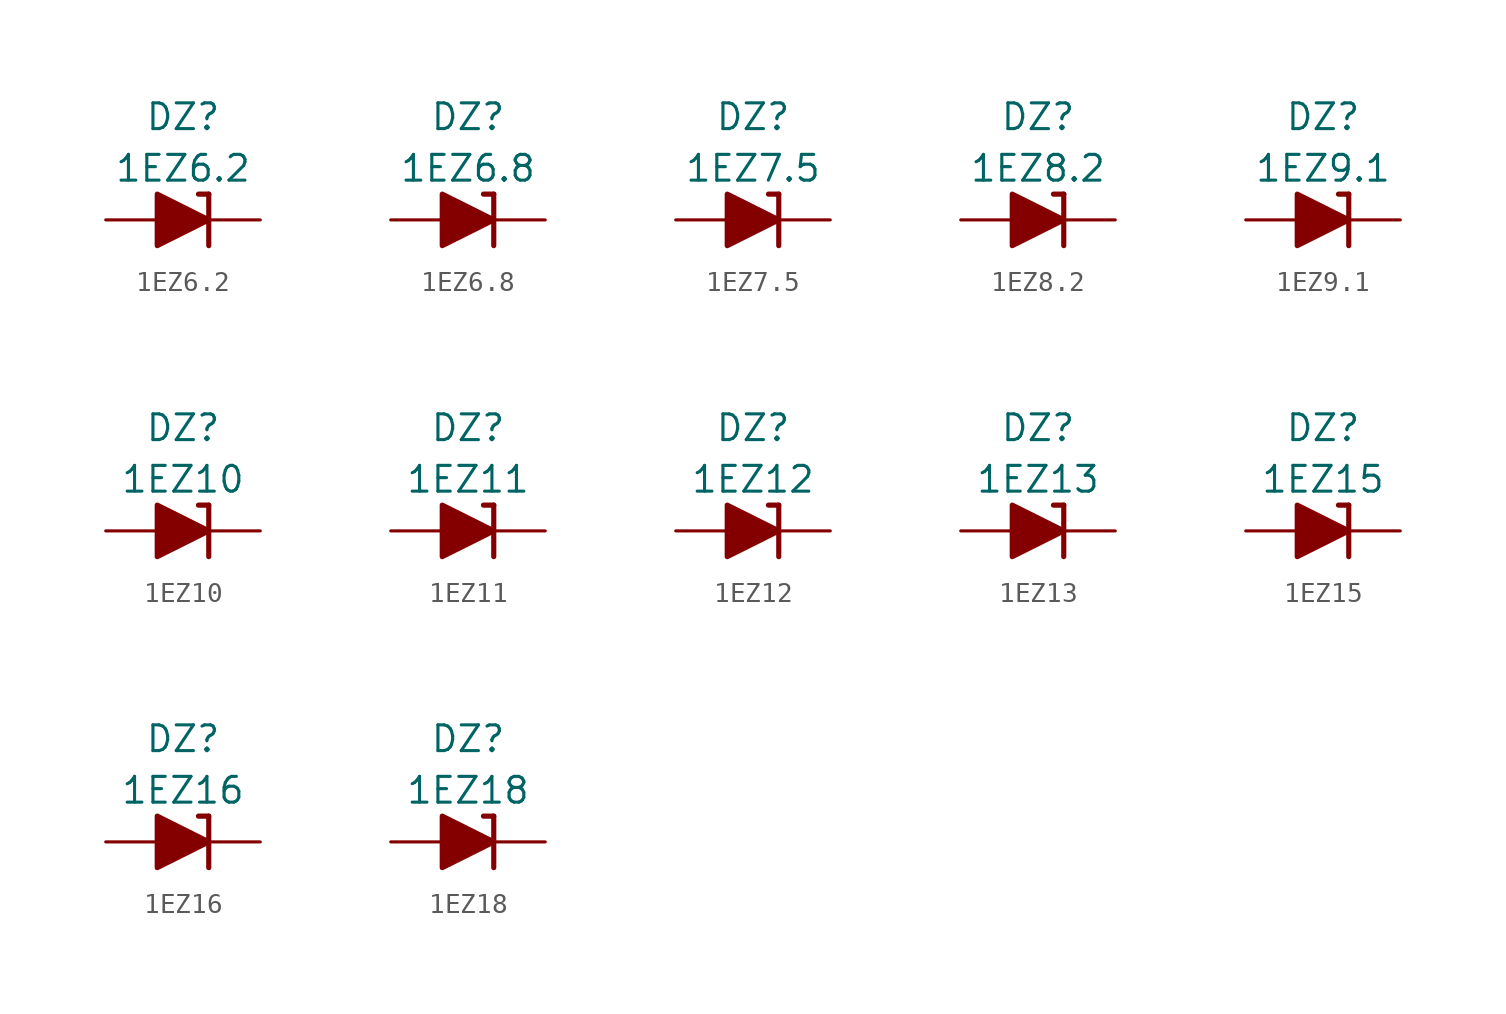
<source format=kicad_sym>
(kicad_symbol_lib
  (version 20201005)
  (generator kicad_symbol_editor)
  (symbol "Diode_Zener_AKL:1EZ6.2"
    (pin_numbers hide)
    (pin_names
      (offset 1.016) hide)
    (property "Reference" "DZ"
      (at 0 5.08 0)
      (effects (font (size 1.27 1.27))))
    (property "Value" "1EZ6.2"
      (at 0 2.54 0)
      (effects (font (size 1.27 1.27))))
    (symbol "1EZ6.2_0_1"
      (polyline (pts (xy -1.27 0) (xy 1.27 0)) (stroke (width 0)) (fill (type none)))
      (polyline (pts (xy 1.27 1.27) (xy 0.762 1.27)) (stroke (width 0.254)) (fill (type none)))
      (polyline (pts (xy 1.27 1.27) (xy 1.27 -1.27)) (stroke (width 0.254)) (fill (type none)))
      (polyline (pts (xy -1.27 -1.27) (xy -1.27 1.27) (xy 1.27 0) (xy -1.27 -1.27)) (stroke (width 0.254)) (fill (type outline))))
    (symbol "1EZ6.2_1_1"
      (pin passive line (at 3.81 0 180) (length 2.54) (name "K" (effects (font (size 1.27 1.27)))) (number "1" (effects (font (size 1.27 1.27)))))
      (pin passive line (at -3.81 0 0) (length 2.54) (name "A" (effects (font (size 1.27 1.27)))) (number "2" (effects (font (size 1.27 1.27)))))))
  (symbol "Diode_Zener_AKL:1EZ6.8"
    (pin_numbers hide)
    (pin_names
      (offset 1.016) hide)
    (property "Reference" "DZ"
      (at 0 5.08 0)
      (effects (font (size 1.27 1.27))))
    (property "Value" "1EZ6.8"
      (at 0 2.54 0)
      (effects (font (size 1.27 1.27))))
    (symbol "1EZ6.8_0_1"
      (polyline (pts (xy -1.27 0) (xy 1.27 0)) (stroke (width 0)) (fill (type none)))
      (polyline (pts (xy 1.27 1.27) (xy 0.762 1.27)) (stroke (width 0.254)) (fill (type none)))
      (polyline (pts (xy 1.27 1.27) (xy 1.27 -1.27)) (stroke (width 0.254)) (fill (type none)))
      (polyline (pts (xy -1.27 -1.27) (xy -1.27 1.27) (xy 1.27 0) (xy -1.27 -1.27)) (stroke (width 0.254)) (fill (type outline))))
    (symbol "1EZ6.8_1_1"
      (pin passive line (at 3.81 0 180) (length 2.54) (name "K" (effects (font (size 1.27 1.27)))) (number "1" (effects (font (size 1.27 1.27)))))
      (pin passive line (at -3.81 0 0) (length 2.54) (name "A" (effects (font (size 1.27 1.27)))) (number "2" (effects (font (size 1.27 1.27)))))))
  (symbol "Diode_Zener_AKL:1EZ7.5"
    (pin_numbers hide)
    (pin_names
      (offset 1.016) hide)
    (property "Reference" "DZ"
      (at 0 5.08 0)
      (effects (font (size 1.27 1.27))))
    (property "Value" "1EZ7.5"
      (at 0 2.54 0)
      (effects (font (size 1.27 1.27))))
    (symbol "1EZ7.5_0_1"
      (polyline (pts (xy -1.27 0) (xy 1.27 0)) (stroke (width 0)) (fill (type none)))
      (polyline (pts (xy 1.27 1.27) (xy 0.762 1.27)) (stroke (width 0.254)) (fill (type none)))
      (polyline (pts (xy 1.27 1.27) (xy 1.27 -1.27)) (stroke (width 0.254)) (fill (type none)))
      (polyline (pts (xy -1.27 -1.27) (xy -1.27 1.27) (xy 1.27 0) (xy -1.27 -1.27)) (stroke (width 0.254)) (fill (type outline))))
    (symbol "1EZ7.5_1_1"
      (pin passive line (at 3.81 0 180) (length 2.54) (name "K" (effects (font (size 1.27 1.27)))) (number "1" (effects (font (size 1.27 1.27)))))
      (pin passive line (at -3.81 0 0) (length 2.54) (name "A" (effects (font (size 1.27 1.27)))) (number "2" (effects (font (size 1.27 1.27)))))))
  (symbol "Diode_Zener_AKL:1EZ8.2"
    (pin_numbers hide)
    (pin_names
      (offset 1.016) hide)
    (property "Reference" "DZ"
      (at 0 5.08 0)
      (effects (font (size 1.27 1.27))))
    (property "Value" "1EZ8.2"
      (at 0 2.54 0)
      (effects (font (size 1.27 1.27))))
    (symbol "1EZ8.2_0_1"
      (polyline (pts (xy -1.27 0) (xy 1.27 0)) (stroke (width 0)) (fill (type none)))
      (polyline (pts (xy 1.27 1.27) (xy 0.762 1.27)) (stroke (width 0.254)) (fill (type none)))
      (polyline (pts (xy 1.27 1.27) (xy 1.27 -1.27)) (stroke (width 0.254)) (fill (type none)))
      (polyline (pts (xy -1.27 -1.27) (xy -1.27 1.27) (xy 1.27 0) (xy -1.27 -1.27)) (stroke (width 0.254)) (fill (type outline))))
    (symbol "1EZ8.2_1_1"
      (pin passive line (at 3.81 0 180) (length 2.54) (name "K" (effects (font (size 1.27 1.27)))) (number "1" (effects (font (size 1.27 1.27)))))
      (pin passive line (at -3.81 0 0) (length 2.54) (name "A" (effects (font (size 1.27 1.27)))) (number "2" (effects (font (size 1.27 1.27)))))))
  (symbol "Diode_Zener_AKL:1EZ9.1"
    (pin_numbers hide)
    (pin_names
      (offset 1.016) hide)
    (property "Reference" "DZ"
      (at 0 5.08 0)
      (effects (font (size 1.27 1.27))))
    (property "Value" "1EZ9.1"
      (at 0 2.54 0)
      (effects (font (size 1.27 1.27))))
    (symbol "1EZ9.1_0_1"
      (polyline (pts (xy -1.27 0) (xy 1.27 0)) (stroke (width 0)) (fill (type none)))
      (polyline (pts (xy 1.27 1.27) (xy 0.762 1.27)) (stroke (width 0.254)) (fill (type none)))
      (polyline (pts (xy 1.27 1.27) (xy 1.27 -1.27)) (stroke (width 0.254)) (fill (type none)))
      (polyline (pts (xy -1.27 -1.27) (xy -1.27 1.27) (xy 1.27 0) (xy -1.27 -1.27)) (stroke (width 0.254)) (fill (type outline))))
    (symbol "1EZ9.1_1_1"
      (pin passive line (at 3.81 0 180) (length 2.54) (name "K" (effects (font (size 1.27 1.27)))) (number "1" (effects (font (size 1.27 1.27)))))
      (pin passive line (at -3.81 0 0) (length 2.54) (name "A" (effects (font (size 1.27 1.27)))) (number "2" (effects (font (size 1.27 1.27)))))))
  (symbol "Diode_Zener_AKL:1EZ10"
    (pin_numbers hide)
    (pin_names
      (offset 1.016) hide)
    (property "Reference" "DZ"
      (at 0 5.08 0)
      (effects (font (size 1.27 1.27))))
    (property "Value" "1EZ10"
      (at 0 2.54 0)
      (effects (font (size 1.27 1.27))))
    (symbol "1EZ10_0_1"
      (polyline (pts (xy -1.27 0) (xy 1.27 0)) (stroke (width 0)) (fill (type none)))
      (polyline (pts (xy 1.27 1.27) (xy 0.762 1.27)) (stroke (width 0.254)) (fill (type none)))
      (polyline (pts (xy 1.27 1.27) (xy 1.27 -1.27)) (stroke (width 0.254)) (fill (type none)))
      (polyline (pts (xy -1.27 -1.27) (xy -1.27 1.27) (xy 1.27 0) (xy -1.27 -1.27)) (stroke (width 0.254)) (fill (type outline))))
    (symbol "1EZ10_1_1"
      (pin passive line (at 3.81 0 180) (length 2.54) (name "K" (effects (font (size 1.27 1.27)))) (number "1" (effects (font (size 1.27 1.27)))))
      (pin passive line (at -3.81 0 0) (length 2.54) (name "A" (effects (font (size 1.27 1.27)))) (number "2" (effects (font (size 1.27 1.27)))))))
  (symbol "Diode_Zener_AKL:1EZ11"
    (pin_numbers hide)
    (pin_names
      (offset 1.016) hide)
    (property "Reference" "DZ"
      (at 0 5.08 0)
      (effects (font (size 1.27 1.27))))
    (property "Value" "1EZ11"
      (at 0 2.54 0)
      (effects (font (size 1.27 1.27))))
    (symbol "1EZ11_0_1"
      (polyline (pts (xy -1.27 0) (xy 1.27 0)) (stroke (width 0)) (fill (type none)))
      (polyline (pts (xy 1.27 1.27) (xy 0.762 1.27)) (stroke (width 0.254)) (fill (type none)))
      (polyline (pts (xy 1.27 1.27) (xy 1.27 -1.27)) (stroke (width 0.254)) (fill (type none)))
      (polyline (pts (xy -1.27 -1.27) (xy -1.27 1.27) (xy 1.27 0) (xy -1.27 -1.27)) (stroke (width 0.254)) (fill (type outline))))
    (symbol "1EZ11_1_1"
      (pin passive line (at 3.81 0 180) (length 2.54) (name "K" (effects (font (size 1.27 1.27)))) (number "1" (effects (font (size 1.27 1.27)))))
      (pin passive line (at -3.81 0 0) (length 2.54) (name "A" (effects (font (size 1.27 1.27)))) (number "2" (effects (font (size 1.27 1.27)))))))
  (symbol "Diode_Zener_AKL:1EZ12"
    (pin_numbers hide)
    (pin_names
      (offset 1.016) hide)
    (property "Reference" "DZ"
      (at 0 5.08 0)
      (effects (font (size 1.27 1.27))))
    (property "Value" "1EZ12"
      (at 0 2.54 0)
      (effects (font (size 1.27 1.27))))
    (symbol "1EZ12_0_1"
      (polyline (pts (xy -1.27 0) (xy 1.27 0)) (stroke (width 0)) (fill (type none)))
      (polyline (pts (xy 1.27 1.27) (xy 0.762 1.27)) (stroke (width 0.254)) (fill (type none)))
      (polyline (pts (xy 1.27 1.27) (xy 1.27 -1.27)) (stroke (width 0.254)) (fill (type none)))
      (polyline (pts (xy -1.27 -1.27) (xy -1.27 1.27) (xy 1.27 0) (xy -1.27 -1.27)) (stroke (width 0.254)) (fill (type outline))))
    (symbol "1EZ12_1_1"
      (pin passive line (at 3.81 0 180) (length 2.54) (name "K" (effects (font (size 1.27 1.27)))) (number "1" (effects (font (size 1.27 1.27)))))
      (pin passive line (at -3.81 0 0) (length 2.54) (name "A" (effects (font (size 1.27 1.27)))) (number "2" (effects (font (size 1.27 1.27)))))))
  (symbol "Diode_Zener_AKL:1EZ13"
    (pin_numbers hide)
    (pin_names
      (offset 1.016) hide)
    (property "Reference" "DZ"
      (at 0 5.08 0)
      (effects (font (size 1.27 1.27))))
    (property "Value" "1EZ13"
      (at 0 2.54 0)
      (effects (font (size 1.27 1.27))))
    (symbol "1EZ13_0_1"
      (polyline (pts (xy -1.27 0) (xy 1.27 0)) (stroke (width 0)) (fill (type none)))
      (polyline (pts (xy 1.27 1.27) (xy 0.762 1.27)) (stroke (width 0.254)) (fill (type none)))
      (polyline (pts (xy 1.27 1.27) (xy 1.27 -1.27)) (stroke (width 0.254)) (fill (type none)))
      (polyline (pts (xy -1.27 -1.27) (xy -1.27 1.27) (xy 1.27 0) (xy -1.27 -1.27)) (stroke (width 0.254)) (fill (type outline))))
    (symbol "1EZ13_1_1"
      (pin passive line (at 3.81 0 180) (length 2.54) (name "K" (effects (font (size 1.27 1.27)))) (number "1" (effects (font (size 1.27 1.27)))))
      (pin passive line (at -3.81 0 0) (length 2.54) (name "A" (effects (font (size 1.27 1.27)))) (number "2" (effects (font (size 1.27 1.27)))))))
  (symbol "Diode_Zener_AKL:1EZ15"
    (pin_numbers hide)
    (pin_names
      (offset 1.016) hide)
    (property "Reference" "DZ"
      (at 0 5.08 0)
      (effects (font (size 1.27 1.27))))
    (property "Value" "1EZ15"
      (at 0 2.54 0)
      (effects (font (size 1.27 1.27))))
    (symbol "1EZ15_0_1"
      (polyline (pts (xy -1.27 0) (xy 1.27 0)) (stroke (width 0)) (fill (type none)))
      (polyline (pts (xy 1.27 1.27) (xy 0.762 1.27)) (stroke (width 0.254)) (fill (type none)))
      (polyline (pts (xy 1.27 1.27) (xy 1.27 -1.27)) (stroke (width 0.254)) (fill (type none)))
      (polyline (pts (xy -1.27 -1.27) (xy -1.27 1.27) (xy 1.27 0) (xy -1.27 -1.27)) (stroke (width 0.254)) (fill (type outline))))
    (symbol "1EZ15_1_1"
      (pin passive line (at 3.81 0 180) (length 2.54) (name "K" (effects (font (size 1.27 1.27)))) (number "1" (effects (font (size 1.27 1.27)))))
      (pin passive line (at -3.81 0 0) (length 2.54) (name "A" (effects (font (size 1.27 1.27)))) (number "2" (effects (font (size 1.27 1.27)))))))
  (symbol "Diode_Zener_AKL:1EZ16"
    (pin_numbers hide)
    (pin_names
      (offset 1.016) hide)
    (property "Reference" "DZ"
      (at 0 5.08 0)
      (effects (font (size 1.27 1.27))))
    (property "Value" "1EZ16"
      (at 0 2.54 0)
      (effects (font (size 1.27 1.27))))
    (symbol "1EZ16_0_1"
      (polyline (pts (xy -1.27 0) (xy 1.27 0)) (stroke (width 0)) (fill (type none)))
      (polyline (pts (xy 1.27 1.27) (xy 0.762 1.27)) (stroke (width 0.254)) (fill (type none)))
      (polyline (pts (xy 1.27 1.27) (xy 1.27 -1.27)) (stroke (width 0.254)) (fill (type none)))
      (polyline (pts (xy -1.27 -1.27) (xy -1.27 1.27) (xy 1.27 0) (xy -1.27 -1.27)) (stroke (width 0.254)) (fill (type outline))))
    (symbol "1EZ16_1_1"
      (pin passive line (at 3.81 0 180) (length 2.54) (name "K" (effects (font (size 1.27 1.27)))) (number "1" (effects (font (size 1.27 1.27)))))
      (pin passive line (at -3.81 0 0) (length 2.54) (name "A" (effects (font (size 1.27 1.27)))) (number "2" (effects (font (size 1.27 1.27)))))))
  (symbol "Diode_Zener_AKL:1EZ18"
    (pin_numbers hide)
    (pin_names
      (offset 1.016) hide)
    (property "Reference" "DZ"
      (at 0 5.08 0)
      (effects (font (size 1.27 1.27))))
    (property "Value" "1EZ18"
      (at 0 2.54 0)
      (effects (font (size 1.27 1.27))))
    (symbol "1EZ18_0_1"
      (polyline (pts (xy -1.27 0) (xy 1.27 0)) (stroke (width 0)) (fill (type none)))
      (polyline (pts (xy 1.27 1.27) (xy 0.762 1.27)) (stroke (width 0.254)) (fill (type none)))
      (polyline (pts (xy 1.27 1.27) (xy 1.27 -1.27)) (stroke (width 0.254)) (fill (type none)))
      (polyline (pts (xy -1.27 -1.27) (xy -1.27 1.27) (xy 1.27 0) (xy -1.27 -1.27)) (stroke (width 0.254)) (fill (type outline))))
    (symbol "1EZ18_1_1"
      (pin passive line (at 3.81 0 180) (length 2.54) (name "K" (effects (font (size 1.27 1.27)))) (number "1" (effects (font (size 1.27 1.27)))))
      (pin passive line (at -3.81 0 0) (length 2.54) (name "A" (effects (font (size 1.27 1.27)))) (number "2" (effects (font (size 1.27 1.27))))))))
</source>
